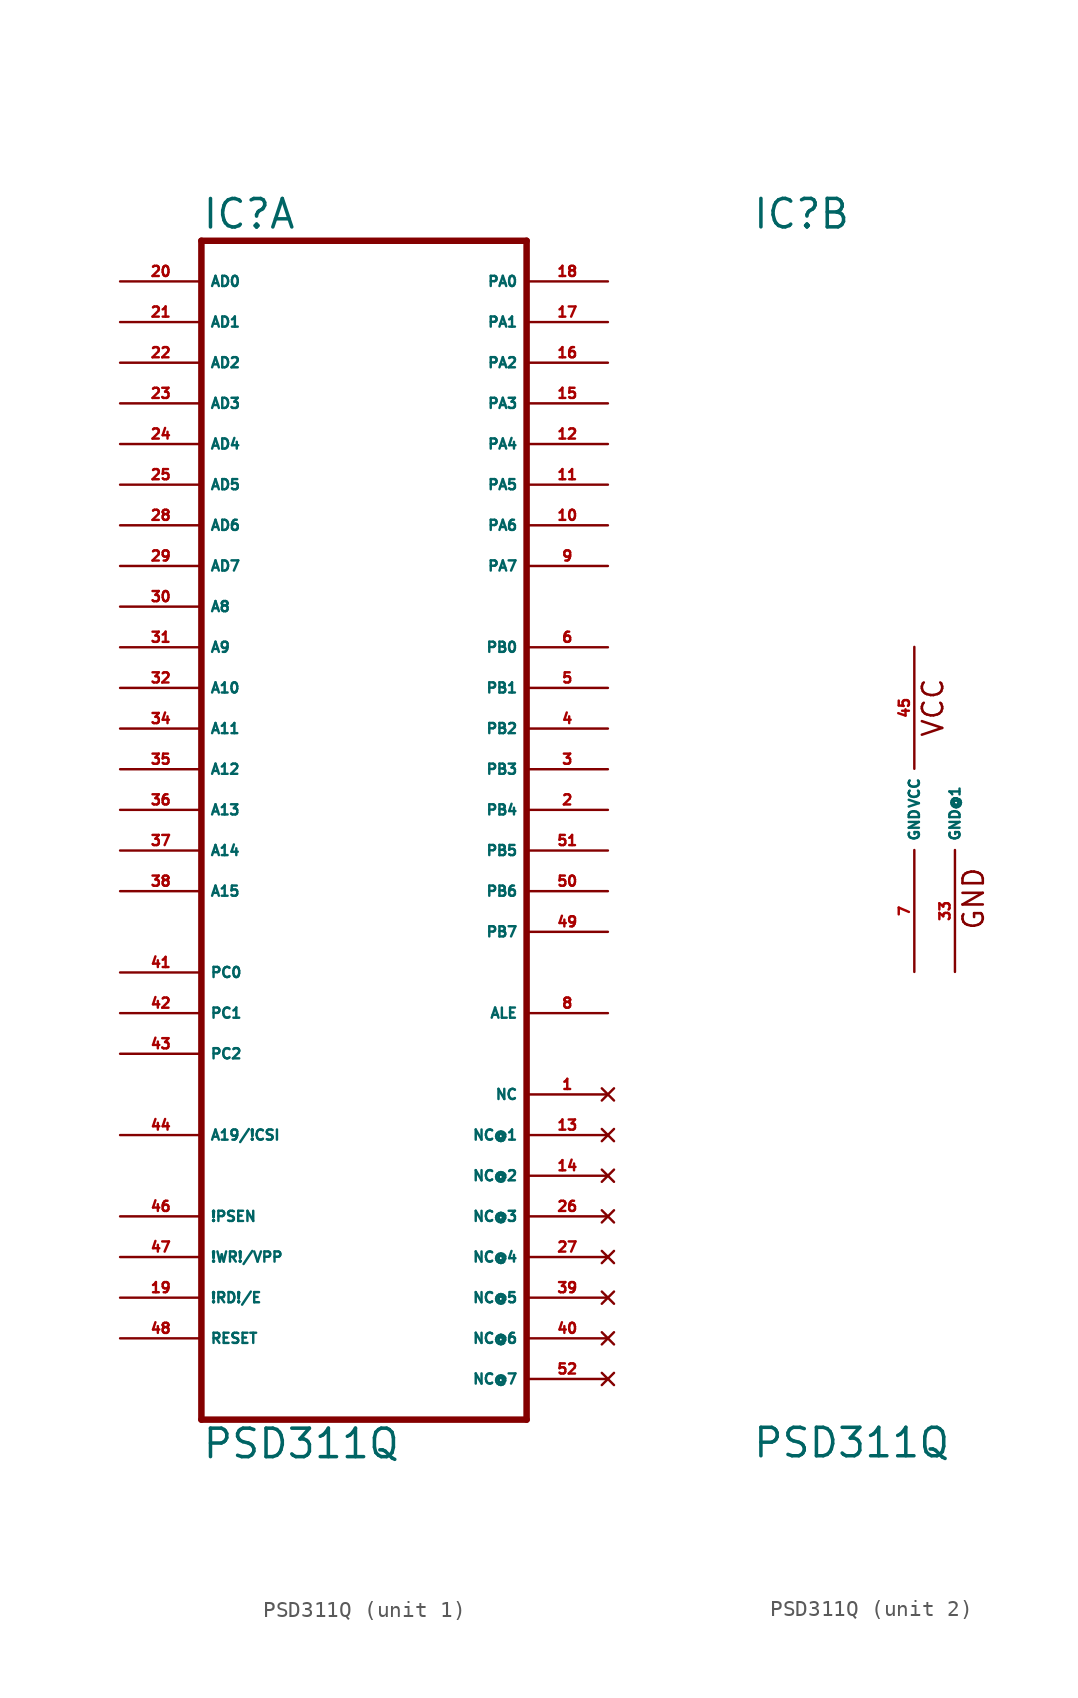
<source format=kicad_sym>
(kicad_symbol_lib
  (version 20220914)
  (generator Eagle2Kicad)
  (symbol "PSD311Q"
    (property "Reference" "IC"
      (at -10.16 36.195 0)
      (effects (font (size 1.778 1.778) (thickness 0.22)) (justify left bottom)))
    (property "Value" "PSD311Q"
      (at -10.16 -40.64 0)
      (effects (font (size 1.778 1.778) (thickness 0.22)) (justify left bottom)))
    (symbol "PSD311Q_1_0"
      (polyline (pts (xy -10.16 -38.1) (xy 10.16 -38.1)) (stroke (width 0.406) (type default)) (fill (type none)))
      (polyline (pts (xy 10.16 -38.1) (xy 10.16 35.56)) (stroke (width 0.406) (type default)) (fill (type none)))
      (polyline (pts (xy 10.16 35.56) (xy -10.16 35.56)) (stroke (width 0.406) (type default)) (fill (type none)))
      (polyline (pts (xy -10.16 35.56) (xy -10.16 -38.1)) (stroke (width 0.406) (type default)) (fill (type none)))
      (pin input line (at -15.24 33.02 0) (length 5.08) (name "AD0" (effects (font (size 0.635 0.635) (thickness 0.08)) (justify left bottom))) (number "20" (effects (font (size 0.635 0.635) (thickness 0.08)) (justify left bottom))))
      (pin input line (at -15.24 30.48 0) (length 5.08) (name "AD1" (effects (font (size 0.635 0.635) (thickness 0.08)) (justify left bottom))) (number "21" (effects (font (size 0.635 0.635) (thickness 0.08)) (justify left bottom))))
      (pin input line (at -15.24 27.94 0) (length 5.08) (name "AD2" (effects (font (size 0.635 0.635) (thickness 0.08)) (justify left bottom))) (number "22" (effects (font (size 0.635 0.635) (thickness 0.08)) (justify left bottom))))
      (pin input line (at -15.24 25.4 0) (length 5.08) (name "AD3" (effects (font (size 0.635 0.635) (thickness 0.08)) (justify left bottom))) (number "23" (effects (font (size 0.635 0.635) (thickness 0.08)) (justify left bottom))))
      (pin input line (at -15.24 22.86 0) (length 5.08) (name "AD4" (effects (font (size 0.635 0.635) (thickness 0.08)) (justify left bottom))) (number "24" (effects (font (size 0.635 0.635) (thickness 0.08)) (justify left bottom))))
      (pin input line (at -15.24 20.32 0) (length 5.08) (name "AD5" (effects (font (size 0.635 0.635) (thickness 0.08)) (justify left bottom))) (number "25" (effects (font (size 0.635 0.635) (thickness 0.08)) (justify left bottom))))
      (pin input line (at -15.24 17.78 0) (length 5.08) (name "AD6" (effects (font (size 0.635 0.635) (thickness 0.08)) (justify left bottom))) (number "28" (effects (font (size 0.635 0.635) (thickness 0.08)) (justify left bottom))))
      (pin input line (at -15.24 15.24 0) (length 5.08) (name "AD7" (effects (font (size 0.635 0.635) (thickness 0.08)) (justify left bottom))) (number "29" (effects (font (size 0.635 0.635) (thickness 0.08)) (justify left bottom))))
      (pin input line (at -15.24 12.7 0) (length 5.08) (name "A8" (effects (font (size 0.635 0.635) (thickness 0.08)) (justify left bottom))) (number "30" (effects (font (size 0.635 0.635) (thickness 0.08)) (justify left bottom))))
      (pin input line (at -15.24 10.16 0) (length 5.08) (name "A9" (effects (font (size 0.635 0.635) (thickness 0.08)) (justify left bottom))) (number "31" (effects (font (size 0.635 0.635) (thickness 0.08)) (justify left bottom))))
      (pin input line (at -15.24 7.62 0) (length 5.08) (name "A10" (effects (font (size 0.635 0.635) (thickness 0.08)) (justify left bottom))) (number "32" (effects (font (size 0.635 0.635) (thickness 0.08)) (justify left bottom))))
      (pin input line (at -15.24 5.08 0) (length 5.08) (name "A11" (effects (font (size 0.635 0.635) (thickness 0.08)) (justify left bottom))) (number "34" (effects (font (size 0.635 0.635) (thickness 0.08)) (justify left bottom))))
      (pin input line (at -15.24 2.54 0) (length 5.08) (name "A12" (effects (font (size 0.635 0.635) (thickness 0.08)) (justify left bottom))) (number "35" (effects (font (size 0.635 0.635) (thickness 0.08)) (justify left bottom))))
      (pin input line (at -15.24 0 0) (length 5.08) (name "A13" (effects (font (size 0.635 0.635) (thickness 0.08)) (justify left bottom))) (number "36" (effects (font (size 0.635 0.635) (thickness 0.08)) (justify left bottom))))
      (pin input line (at -15.24 -2.54 0) (length 5.08) (name "A14" (effects (font (size 0.635 0.635) (thickness 0.08)) (justify left bottom))) (number "37" (effects (font (size 0.635 0.635) (thickness 0.08)) (justify left bottom))))
      (pin input line (at -15.24 -5.08 0) (length 5.08) (name "A15" (effects (font (size 0.635 0.635) (thickness 0.08)) (justify left bottom))) (number "38" (effects (font (size 0.635 0.635) (thickness 0.08)) (justify left bottom))))
      (pin input line (at -15.24 -10.16 0) (length 5.08) (name "PC0" (effects (font (size 0.635 0.635) (thickness 0.08)) (justify left bottom))) (number "41" (effects (font (size 0.635 0.635) (thickness 0.08)) (justify left bottom))))
      (pin input line (at -15.24 -12.7 0) (length 5.08) (name "PC1" (effects (font (size 0.635 0.635) (thickness 0.08)) (justify left bottom))) (number "42" (effects (font (size 0.635 0.635) (thickness 0.08)) (justify left bottom))))
      (pin input line (at -15.24 -15.24 0) (length 5.08) (name "PC2" (effects (font (size 0.635 0.635) (thickness 0.08)) (justify left bottom))) (number "43" (effects (font (size 0.635 0.635) (thickness 0.08)) (justify left bottom))))
      (pin input line (at -15.24 -20.32 0) (length 5.08) (name "A19/!CSI" (effects (font (size 0.635 0.635) (thickness 0.08)) (justify left bottom))) (number "44" (effects (font (size 0.635 0.635) (thickness 0.08)) (justify left bottom))))
      (pin bidirectional line (at 15.24 33.02 180) (length 5.08) (name "PA0" (effects (font (size 0.635 0.635) (thickness 0.08)) (justify left bottom))) (number "18" (effects (font (size 0.635 0.635) (thickness 0.08)) (justify left bottom))))
      (pin bidirectional line (at 15.24 30.48 180) (length 5.08) (name "PA1" (effects (font (size 0.635 0.635) (thickness 0.08)) (justify left bottom))) (number "17" (effects (font (size 0.635 0.635) (thickness 0.08)) (justify left bottom))))
      (pin bidirectional line (at 15.24 27.94 180) (length 5.08) (name "PA2" (effects (font (size 0.635 0.635) (thickness 0.08)) (justify left bottom))) (number "16" (effects (font (size 0.635 0.635) (thickness 0.08)) (justify left bottom))))
      (pin bidirectional line (at 15.24 25.4 180) (length 5.08) (name "PA3" (effects (font (size 0.635 0.635) (thickness 0.08)) (justify left bottom))) (number "15" (effects (font (size 0.635 0.635) (thickness 0.08)) (justify left bottom))))
      (pin bidirectional line (at 15.24 22.86 180) (length 5.08) (name "PA4" (effects (font (size 0.635 0.635) (thickness 0.08)) (justify left bottom))) (number "12" (effects (font (size 0.635 0.635) (thickness 0.08)) (justify left bottom))))
      (pin bidirectional line (at 15.24 20.32 180) (length 5.08) (name "PA5" (effects (font (size 0.635 0.635) (thickness 0.08)) (justify left bottom))) (number "11" (effects (font (size 0.635 0.635) (thickness 0.08)) (justify left bottom))))
      (pin bidirectional line (at 15.24 17.78 180) (length 5.08) (name "PA6" (effects (font (size 0.635 0.635) (thickness 0.08)) (justify left bottom))) (number "10" (effects (font (size 0.635 0.635) (thickness 0.08)) (justify left bottom))))
      (pin bidirectional line (at 15.24 15.24 180) (length 5.08) (name "PA7" (effects (font (size 0.635 0.635) (thickness 0.08)) (justify left bottom))) (number "9" (effects (font (size 0.635 0.635) (thickness 0.08)) (justify left bottom))))
      (pin output line (at 15.24 10.16 180) (length 5.08) (name "PB0" (effects (font (size 0.635 0.635) (thickness 0.08)) (justify left bottom))) (number "6" (effects (font (size 0.635 0.635) (thickness 0.08)) (justify left bottom))))
      (pin output line (at 15.24 7.62 180) (length 5.08) (name "PB1" (effects (font (size 0.635 0.635) (thickness 0.08)) (justify left bottom))) (number "5" (effects (font (size 0.635 0.635) (thickness 0.08)) (justify left bottom))))
      (pin output line (at 15.24 5.08 180) (length 5.08) (name "PB2" (effects (font (size 0.635 0.635) (thickness 0.08)) (justify left bottom))) (number "4" (effects (font (size 0.635 0.635) (thickness 0.08)) (justify left bottom))))
      (pin output line (at 15.24 2.54 180) (length 5.08) (name "PB3" (effects (font (size 0.635 0.635) (thickness 0.08)) (justify left bottom))) (number "3" (effects (font (size 0.635 0.635) (thickness 0.08)) (justify left bottom))))
      (pin output line (at 15.24 0 180) (length 5.08) (name "PB4" (effects (font (size 0.635 0.635) (thickness 0.08)) (justify left bottom))) (number "2" (effects (font (size 0.635 0.635) (thickness 0.08)) (justify left bottom))))
      (pin output line (at 15.24 -2.54 180) (length 5.08) (name "PB5" (effects (font (size 0.635 0.635) (thickness 0.08)) (justify left bottom))) (number "51" (effects (font (size 0.635 0.635) (thickness 0.08)) (justify left bottom))))
      (pin output line (at 15.24 -5.08 180) (length 5.08) (name "PB6" (effects (font (size 0.635 0.635) (thickness 0.08)) (justify left bottom))) (number "50" (effects (font (size 0.635 0.635) (thickness 0.08)) (justify left bottom))))
      (pin output line (at 15.24 -7.62 180) (length 5.08) (name "PB7" (effects (font (size 0.635 0.635) (thickness 0.08)) (justify left bottom))) (number "49" (effects (font (size 0.635 0.635) (thickness 0.08)) (justify left bottom))))
      (pin output line (at 15.24 -12.7 180) (length 5.08) (name "ALE" (effects (font (size 0.635 0.635) (thickness 0.08)) (justify left bottom))) (number "8" (effects (font (size 0.635 0.635) (thickness 0.08)) (justify left bottom))))
      (pin input line (at -15.24 -25.4 0) (length 5.08) (name "!PSEN" (effects (font (size 0.635 0.635) (thickness 0.08)) (justify left bottom))) (number "46" (effects (font (size 0.635 0.635) (thickness 0.08)) (justify left bottom))))
      (pin input line (at -15.24 -27.94 0) (length 5.08) (name "!WR!/VPP" (effects (font (size 0.635 0.635) (thickness 0.08)) (justify left bottom))) (number "47" (effects (font (size 0.635 0.635) (thickness 0.08)) (justify left bottom))))
      (pin input line (at -15.24 -30.48 0) (length 5.08) (name "!RD!/E" (effects (font (size 0.635 0.635) (thickness 0.08)) (justify left bottom))) (number "19" (effects (font (size 0.635 0.635) (thickness 0.08)) (justify left bottom))))
      (pin input line (at -15.24 -33.02 0) (length 5.08) (name "RESET" (effects (font (size 0.635 0.635) (thickness 0.08)) (justify left bottom))) (number "48" (effects (font (size 0.635 0.635) (thickness 0.08)) (justify left bottom))))
      (pin no_connect line (at 15.24 -17.78 180) (length 5.08) (name "NC" (effects (font (size 0.635 0.635) (thickness 0.08)) (justify left bottom) hide)) (number "1" (effects (font (size 0.635 0.635) (thickness 0.08)) (justify left bottom) hide)))
      (pin no_connect line (at 15.24 -20.32 180) (length 5.08) (name "NC@1" (effects (font (size 0.635 0.635) (thickness 0.08)) (justify left bottom) hide)) (number "13" (effects (font (size 0.635 0.635) (thickness 0.08)) (justify left bottom) hide)))
      (pin no_connect line (at 15.24 -22.86 180) (length 5.08) (name "NC@2" (effects (font (size 0.635 0.635) (thickness 0.08)) (justify left bottom) hide)) (number "14" (effects (font (size 0.635 0.635) (thickness 0.08)) (justify left bottom) hide)))
      (pin no_connect line (at 15.24 -25.4 180) (length 5.08) (name "NC@3" (effects (font (size 0.635 0.635) (thickness 0.08)) (justify left bottom) hide)) (number "26" (effects (font (size 0.635 0.635) (thickness 0.08)) (justify left bottom) hide)))
      (pin no_connect line (at 15.24 -27.94 180) (length 5.08) (name "NC@4" (effects (font (size 0.635 0.635) (thickness 0.08)) (justify left bottom) hide)) (number "27" (effects (font (size 0.635 0.635) (thickness 0.08)) (justify left bottom) hide)))
      (pin no_connect line (at 15.24 -30.48 180) (length 5.08) (name "NC@5" (effects (font (size 0.635 0.635) (thickness 0.08)) (justify left bottom) hide)) (number "39" (effects (font (size 0.635 0.635) (thickness 0.08)) (justify left bottom) hide)))
      (pin no_connect line (at 15.24 -33.02 180) (length 5.08) (name "NC@6" (effects (font (size 0.635 0.635) (thickness 0.08)) (justify left bottom) hide)) (number "40" (effects (font (size 0.635 0.635) (thickness 0.08)) (justify left bottom) hide)))
      (pin no_connect line (at 15.24 -35.56 180) (length 5.08) (name "NC@7" (effects (font (size 0.635 0.635) (thickness 0.08)) (justify left bottom) hide)) (number "52" (effects (font (size 0.635 0.635) (thickness 0.08)) (justify left bottom) hide))))
    (symbol "PSD311Q_2_0"
      (text "VCC" (at 1.905 4.445 900) (effects (font (size 1.27 1.27) (thickness 0.16)) (justify left bottom)))
      (text "GND" (at 4.445 -7.62 900) (effects (font (size 1.27 1.27) (thickness 0.16)) (justify left bottom)))
      (pin unspecified line (at 0 10.16 270) (length 7.62) (name "VCC" (effects (font (size 0.635 0.635) (thickness 0.08)) (justify left bottom))) (number "45" (effects (font (size 0.635 0.635) (thickness 0.08)) (justify left bottom))))
      (pin unspecified line (at 0 -10.16 90) (length 7.62) (name "GND" (effects (font (size 0.635 0.635) (thickness 0.08)) (justify left bottom))) (number "7" (effects (font (size 0.635 0.635) (thickness 0.08)) (justify left bottom))))
      (pin unspecified line (at 2.54 -10.16 90) (length 7.62) (name "GND@1" (effects (font (size 0.635 0.635) (thickness 0.08)) (justify left bottom))) (number "33" (effects (font (size 0.635 0.635) (thickness 0.08)) (justify left bottom)))))))
</source>
